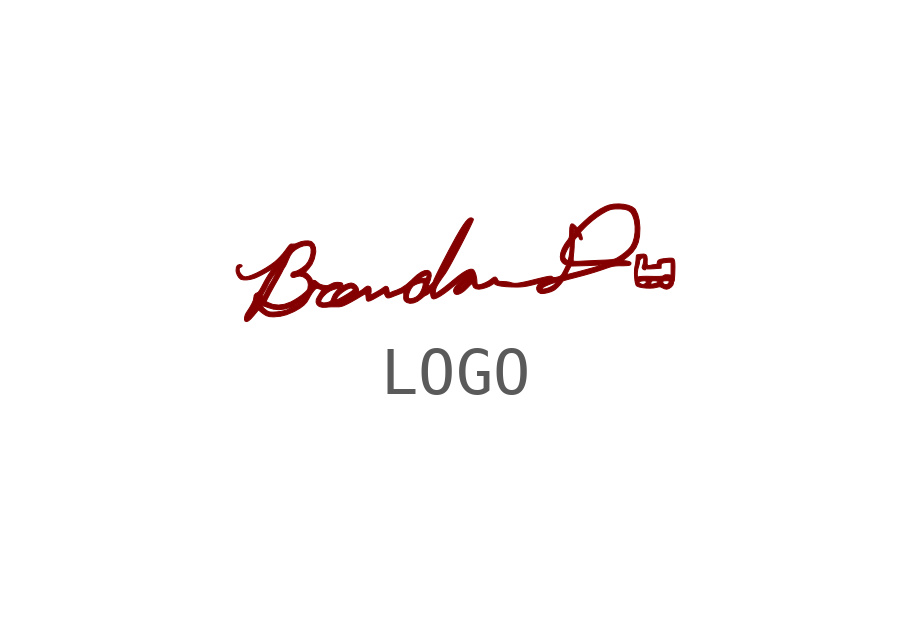
<source format=kicad_sym>
(kicad_symbol_lib
  (version 20220914)
  (generator bitmap2component)
  (symbol "LOGO"
    (pin_names
      (offset 1.016))
    (property "Reference" "#G"
      (at 0 1.142 0)
      (effects (font (size 1.27 1.27)) hide))
    (symbol "LOGO_0_0"
      (polyline (pts (xy -4.367 -1.22) (xy -4.319 -1.18) (xy -4.258 -1.112) (xy -4.159 -0.992) (xy -4.092 -1.047) (xy -4.061 -1.071) (xy -3.997 -1.111) (xy -3.931 -1.131) (xy -3.852 -1.136) (xy -3.837 -1.136) (xy -3.701 -1.124) (xy -3.571 -1.091) (xy -3.435 -1.034) (xy -3.402 -1.018) (xy -3.295 -0.956) (xy -3.212 -0.894) (xy -3.151 -0.828) (xy -3.106 -0.752) (xy -3.086 -0.714) (xy -3.047 -0.649) (xy -3.009 -0.597) (xy -3.006 -0.593) (xy -2.971 -0.556) (xy -2.946 -0.542) (xy -2.922 -0.545) (xy -2.9 -0.553) (xy -2.86 -0.567) (xy -2.848 -0.573) (xy -2.846 -0.586) (xy -2.859 -0.613) (xy -2.889 -0.658) (xy -2.914 -0.698) (xy -2.941 -0.745) (xy -2.955 -0.778) (xy -2.958 -0.819) (xy -2.862 -0.819) (xy -2.86 -0.797) (xy -2.841 -0.759) (xy -2.808 -0.711) (xy -2.744 -0.648) (xy -2.669 -0.597) (xy -2.594 -0.566) (xy -2.574 -0.561) (xy -2.524 -0.547) (xy -2.491 -0.536) (xy -2.49 -0.535) (xy -2.486 -0.54) (xy -2.502 -0.562) (xy -2.535 -0.597) (xy -2.535 -0.597) (xy -2.595 -0.671) (xy -2.628 -0.744) (xy -2.63 -0.752) (xy -2.637 -0.77) (xy -2.536 -0.77) (xy -2.522 -0.738) (xy -2.502 -0.709) (xy -2.459 -0.664) (xy -2.405 -0.62) (xy -2.347 -0.581) (xy -2.29 -0.551) (xy -2.243 -0.536) (xy -2.212 -0.539) (xy -2.198 -0.549) (xy -2.182 -0.569) (xy -2.182 -0.573) (xy -2.201 -0.591) (xy -2.24 -0.619) (xy -2.293 -0.654) (xy -2.354 -0.691) (xy -2.417 -0.728) (xy -2.476 -0.759) (xy -2.51 -0.775) (xy -2.534 -0.782) (xy -2.536 -0.77) (xy -2.637 -0.77) (xy -2.646 -0.795) (xy -2.668 -0.818) (xy -2.704 -0.832) (xy -2.745 -0.842) (xy -2.805 -0.847) (xy -2.849 -0.833) (xy -2.85 -0.832) (xy -2.862 -0.819) (xy -2.958 -0.819) (xy -2.959 -0.834) (xy -2.938 -0.885) (xy -2.893 -0.921) (xy -2.828 -0.938) (xy -2.745 -0.936) (xy -2.695 -0.93) (xy -2.622 -0.927) (xy -2.55 -0.927) (xy -2.537 -0.927) (xy -2.478 -0.927) (xy -2.431 -0.919) (xy -2.382 -0.903) (xy -2.318 -0.873) (xy -2.305 -0.867) (xy -2.231 -0.828) (xy -2.148 -0.781) (xy -2.073 -0.737) (xy -2.042 -0.718) (xy -1.989 -0.687) (xy -1.951 -0.666) (xy -1.933 -0.657) (xy -1.929 -0.661) (xy -1.922 -0.688) (xy -1.917 -0.732) (xy -1.912 -0.774) (xy -1.899 -0.801) (xy -1.875 -0.811) (xy -1.835 -0.802) (xy -1.777 -0.775) (xy -1.696 -0.73) (xy -1.544 -0.643) (xy -1.522 -0.689) (xy -1.504 -0.72) (xy -1.476 -0.741) (xy -1.437 -0.741) (xy -1.379 -0.722) (xy -1.361 -0.714) (xy -1.294 -0.688) (xy -1.232 -0.664) (xy -1.209 -0.655) (xy -1.168 -0.639) (xy -1.144 -0.63) (xy -1.139 -0.631) (xy -1.133 -0.654) (xy -1.134 -0.702) (xy -1.134 -0.71) (xy -1.038 -0.71) (xy -1.029 -0.66) (xy -1.009 -0.604) (xy -0.98 -0.547) (xy -0.944 -0.499) (xy -0.936 -0.492) (xy -0.898 -0.469) (xy -0.849 -0.448) (xy -0.798 -0.432) (xy -0.756 -0.425) (xy -0.732 -0.43) (xy -0.727 -0.444) (xy -0.731 -0.482) (xy -0.745 -0.534) (xy -0.767 -0.59) (xy -0.795 -0.641) (xy -0.801 -0.649) (xy -0.838 -0.692) (xy -0.876 -0.723) (xy -0.926 -0.746) (xy -0.98 -0.759) (xy -1.02 -0.757) (xy -1.033 -0.745) (xy -1.038 -0.71) (xy -1.134 -0.71) (xy -1.135 -0.75) (xy -1.126 -0.785) (xy -1.105 -0.813) (xy -1.069 -0.838) (xy -1.002 -0.855) (xy -0.926 -0.846) (xy -0.846 -0.813) (xy -0.767 -0.756) (xy -0.73 -0.724) (xy -0.695 -0.698) (xy -0.676 -0.688) (xy -0.676 -0.688) (xy -0.653 -0.679) (xy -0.62 -0.657) (xy -0.58 -0.625) (xy -0.57 -0.688) (xy -0.564 -0.716) (xy -0.548 -0.747) (xy -0.52 -0.762) (xy -0.501 -0.762) (xy -0.45 -0.746) (xy -0.38 -0.709) (xy -0.292 -0.651) (xy -0.189 -0.574) (xy -0.072 -0.478) (xy -0.031 -0.444) (xy 0.024 -0.398) (xy 0.058 -0.37) (xy 0.071 -0.361) (xy 0.065 -0.37) (xy 0.042 -0.395) (xy 0.004 -0.436) (xy -0.025 -0.468) (xy -0.067 -0.518) (xy -0.07 -0.523) (xy 0.065 -0.523) (xy 0.08 -0.505) (xy 0.116 -0.471) (xy 0.168 -0.424) (xy 0.121 -0.476) (xy 0.108 -0.49) (xy 0.082 -0.517) (xy 0.069 -0.528) (xy 0.069 -0.528) (xy 0.065 -0.523) (xy -0.07 -0.523) (xy -0.089 -0.556) (xy -0.096 -0.588) (xy -0.094 -0.613) (xy -0.075 -0.653) (xy -0.04 -0.67) (xy 0.008 -0.665) (xy 0.067 -0.638) (xy 0.134 -0.59) (xy 0.204 -0.522) (xy 0.214 -0.511) (xy 0.257 -0.467) (xy 0.285 -0.448) (xy 0.3 -0.452) (xy 0.304 -0.478) (xy 0.304 -0.484) (xy 0.323 -0.524) (xy 0.365 -0.55) (xy 0.426 -0.56) (xy 0.436 -0.56) (xy 0.505 -0.549) (xy 0.582 -0.527) (xy 0.654 -0.497) (xy 0.708 -0.465) (xy 0.73 -0.448) (xy 0.75 -0.444) (xy 0.774 -0.461) (xy 0.781 -0.466) (xy 0.824 -0.483) (xy 0.894 -0.496) (xy 0.985 -0.507) (xy 1.094 -0.513) (xy 1.216 -0.516) (xy 1.286 -0.514) (xy 1.366 -0.507) (xy 1.452 -0.493) (xy 1.551 -0.47) (xy 1.673 -0.438) (xy 1.692 -0.433) (xy 1.692 -0.44) (xy 1.669 -0.463) (xy 1.66 -0.472) (xy 1.635 -0.521) (xy 1.635 -0.542) (xy 1.747 -0.542) (xy 1.773 -0.519) (xy 1.829 -0.49) (xy 1.9 -0.46) (xy 1.964 -0.436) (xy 2.009 -0.424) (xy 2.031 -0.425) (xy 2.029 -0.438) (xy 2.005 -0.461) (xy 1.967 -0.489) (xy 1.921 -0.515) (xy 1.874 -0.535) (xy 1.827 -0.55) (xy 1.776 -0.559) (xy 1.748 -0.556) (xy 1.747 -0.542) (xy 1.635 -0.542) (xy 1.637 -0.573) (xy 1.663 -0.618) (xy 1.712 -0.648) (xy 1.742 -0.652) (xy 1.8 -0.647) (xy 1.869 -0.632) (xy 1.936 -0.611) (xy 1.992 -0.585) (xy 2.019 -0.567) (xy 2.075 -0.517) (xy 2.134 -0.454) (xy 2.186 -0.387) (xy 2.187 -0.386) (xy 2.208 -0.38) (xy 2.255 -0.366) (xy 2.322 -0.348) (xy 2.405 -0.327) (xy 2.5 -0.302) (xy 2.587 -0.279) (xy 2.706 -0.246) (xy 2.824 -0.211) (xy 2.931 -0.177) (xy 3.017 -0.148) (xy 3.017 -0.148) (xy 3.103 -0.118) (xy 3.167 -0.097) (xy 3.22 -0.084) (xy 3.271 -0.077) (xy 3.327 -0.073) (xy 3.4 -0.072) (xy 3.454 -0.072) (xy 3.516 -0.069) (xy 3.555 -0.065) (xy 3.579 -0.057) (xy 3.591 -0.044) (xy 3.597 -0.033) (xy 3.595 -0.005) (xy 3.562 0.015) (xy 3.499 0.028) (xy 3.426 0.036) (xy 3.529 0.115) (xy 3.538 0.122) (xy 3.633 0.211) (xy 3.703 0.308) (xy 3.75 0.418) (xy 3.776 0.546) (xy 3.783 0.696) (xy 3.783 0.726) (xy 3.769 0.875) (xy 3.738 0.998) (xy 3.69 1.098) (xy 3.675 1.116) (xy 3.619 1.156) (xy 3.541 1.187) (xy 3.448 1.207) (xy 3.346 1.215) (xy 3.242 1.211) (xy 3.143 1.192) (xy 3.063 1.163) (xy 2.958 1.109) (xy 2.845 1.035) (xy 2.729 0.946) (xy 2.616 0.845) (xy 2.479 0.714) (xy 2.439 0.757) (xy 2.438 0.759) (xy 2.395 0.795) (xy 2.362 0.8) (xy 2.339 0.776) (xy 2.325 0.721) (xy 2.322 0.658) (xy 2.401 0.658) (xy 2.406 0.681) (xy 2.418 0.677) (xy 2.428 0.661) (xy 2.419 0.63) (xy 2.409 0.615) (xy 2.403 0.617) (xy 2.401 0.647) (xy 2.401 0.658) (xy 2.322 0.658) (xy 2.321 0.636) (xy 2.321 0.598) (xy 2.318 0.546) (xy 2.31 0.509) (xy 2.294 0.479) (xy 2.267 0.443) (xy 2.219 0.377) (xy 2.168 0.284) (xy 2.136 0.195) (xy 2.129 0.135) (xy 2.218 0.135) (xy 2.233 0.186) (xy 2.266 0.256) (xy 2.275 0.272) (xy 2.304 0.326) (xy 2.322 0.351) (xy 2.33 0.347) (xy 2.331 0.312) (xy 2.327 0.248) (xy 2.326 0.238) (xy 2.318 0.171) (xy 2.308 0.112) (xy 2.298 0.073) (xy 2.29 0.053) (xy 2.394 0.053) (xy 2.396 0.101) (xy 2.401 0.16) (xy 2.408 0.228) (xy 2.414 0.309) (xy 2.416 0.377) (xy 2.416 0.398) (xy 2.421 0.449) (xy 2.432 0.483) (xy 2.454 0.509) (xy 2.468 0.522) (xy 2.494 0.541) (xy 2.509 0.535) (xy 2.519 0.504) (xy 2.536 0.474) (xy 2.561 0.464) (xy 2.584 0.478) (xy 2.585 0.485) (xy 2.582 0.516) (xy 2.569 0.56) (xy 2.545 0.627) (xy 2.637 0.723) (xy 2.691 0.776) (xy 2.788 0.861) (xy 2.893 0.942) (xy 2.996 1.011) (xy 3.089 1.063) (xy 3.111 1.073) (xy 3.162 1.094) (xy 3.208 1.105) (xy 3.263 1.111) (xy 3.337 1.112) (xy 3.385 1.111) (xy 3.476 1.101) (xy 3.543 1.079) (xy 3.593 1.04) (xy 3.63 0.98) (xy 3.66 0.897) (xy 3.669 0.86) (xy 3.684 0.746) (xy 3.683 0.626) (xy 3.666 0.51) (xy 3.634 0.405) (xy 3.589 0.321) (xy 3.588 0.32) (xy 3.539 0.264) (xy 3.471 0.203) (xy 3.392 0.143) (xy 3.313 0.093) (xy 3.297 0.084) (xy 3.269 0.071) (xy 3.239 0.062) (xy 3.199 0.055) (xy 3.144 0.05) (xy 3.07 0.046) (xy 2.969 0.042) (xy 2.918 0.04) (xy 2.812 0.035) (xy 2.709 0.03) (xy 2.619 0.026) (xy 2.551 0.022) (xy 2.519 0.02) (xy 2.459 0.018) (xy 2.416 0.021) (xy 2.397 0.026) (xy 2.396 0.028) (xy 2.394 0.053) (xy 2.29 0.053) (xy 2.279 0.026) (xy 2.244 0.061) (xy 2.239 0.066) (xy 2.22 0.097) (xy 2.218 0.135) (xy 2.129 0.135) (xy 2.126 0.113) (xy 2.137 0.043) (xy 2.171 -0.009) (xy 2.176 -0.013) (xy 2.21 -0.038) (xy 2.235 -0.048) (xy 2.237 -0.048) (xy 2.25 -0.05) (xy 2.254 -0.058) (xy 2.248 -0.077) (xy 2.231 -0.115) (xy 2.201 -0.176) (xy 2.197 -0.182) (xy 2.168 -0.238) (xy 2.155 -0.256) (xy 2.264 -0.256) (xy 2.266 -0.245) (xy 2.28 -0.213) (xy 2.302 -0.168) (xy 2.348 -0.079) (xy 2.626 -0.071) (xy 2.698 -0.069) (xy 2.788 -0.065) (xy 2.864 -0.061) (xy 2.921 -0.058) (xy 2.953 -0.054) (xy 2.97 -0.051) (xy 2.994 -0.048) (xy 2.991 -0.053) (xy 2.962 -0.065) (xy 2.912 -0.083) (xy 2.841 -0.104) (xy 2.77 -0.124) (xy 2.678 -0.149) (xy 2.579 -0.176) (xy 2.484 -0.201) (xy 2.461 -0.207) (xy 2.385 -0.226) (xy 2.324 -0.242) (xy 2.281 -0.252) (xy 2.264 -0.256) (xy 2.155 -0.256) (xy 2.143 -0.272) (xy 2.118 -0.291) (xy 2.085 -0.303) (xy 2.025 -0.317) (xy 1.983 -0.318) (xy 1.961 -0.304) (xy 1.958 -0.301) (xy 1.944 -0.292) (xy 1.92 -0.29) (xy 1.88 -0.294) (xy 1.821 -0.305) (xy 1.739 -0.324) (xy 1.631 -0.35) (xy 1.569 -0.366) (xy 1.449 -0.395) (xy 1.353 -0.416) (xy 1.279 -0.43) (xy 1.22 -0.438) (xy 1.174 -0.439) (xy 1.136 -0.434) (xy 1.101 -0.425) (xy 1.068 -0.415) (xy 1.001 -0.405) (xy 0.934 -0.4) (xy 0.929 -0.4) (xy 0.877 -0.399) (xy 0.846 -0.393) (xy 0.829 -0.379) (xy 0.816 -0.352) (xy 0.807 -0.334) (xy 0.778 -0.308) (xy 0.741 -0.312) (xy 0.693 -0.346) (xy 0.678 -0.359) (xy 0.622 -0.397) (xy 0.555 -0.431) (xy 0.489 -0.457) (xy 0.437 -0.469) (xy 0.432 -0.469) (xy 0.409 -0.469) (xy 0.397 -0.458) (xy 0.391 -0.429) (xy 0.388 -0.376) (xy 0.384 -0.336) (xy 0.37 -0.268) (xy 0.351 -0.212) (xy 0.348 -0.205) (xy 0.326 -0.166) (xy 0.303 -0.148) (xy 0.27 -0.144) (xy 0.236 -0.149) (xy 0.174 -0.173) (xy 0.096 -0.219) (xy 0.001 -0.288) (xy -0.113 -0.38) (xy -0.164 -0.423) (xy -0.237 -0.482) (xy -0.308 -0.538) (xy -0.372 -0.585) (xy -0.424 -0.622) (xy -0.46 -0.644) (xy -0.476 -0.649) (xy -0.477 -0.646) (xy -0.476 -0.62) (xy -0.47 -0.578) (xy -0.467 -0.558) (xy -0.453 -0.518) (xy -0.429 -0.471) (xy -0.392 -0.411) (xy -0.34 -0.334) (xy -0.27 -0.237) (xy -0.267 -0.233) (xy -0.241 -0.192) (xy -0.204 -0.129) (xy -0.159 -0.049) (xy -0.108 0.044) (xy -0.053 0.148) (xy 0.005 0.257) (xy 0.064 0.369) (xy 0.12 0.479) (xy 0.173 0.584) (xy 0.221 0.679) (xy 0.261 0.762) (xy 0.292 0.828) (xy 0.311 0.873) (xy 0.317 0.895) (xy 0.303 0.913) (xy 0.27 0.925) (xy 0.269 0.925) (xy 0.237 0.919) (xy 0.201 0.893) (xy 0.157 0.846) (xy 0.106 0.775) (xy 0.044 0.678) (xy -0.028 0.555) (xy -0.047 0.522) (xy -0.093 0.437) (xy -0.145 0.341) (xy -0.201 0.237) (xy -0.257 0.129) (xy -0.313 0.022) (xy -0.365 -0.08) (xy -0.413 -0.175) (xy -0.453 -0.257) (xy -0.484 -0.322) (xy -0.505 -0.368) (xy -0.512 -0.389) (xy -0.515 -0.399) (xy -0.535 -0.428) (xy -0.568 -0.464) (xy -0.59 -0.485) (xy -0.614 -0.501) (xy -0.622 -0.493) (xy -0.614 -0.46) (xy -0.592 -0.4) (xy -0.579 -0.362) (xy -0.561 -0.282) (xy -0.568 -0.222) (xy -0.599 -0.184) (xy -0.639 -0.169) (xy -0.702 -0.175) (xy -0.776 -0.208) (xy -0.861 -0.268) (xy -0.926 -0.327) (xy -0.776 -0.327) (xy -0.757 -0.312) (xy -0.726 -0.293) (xy -0.68 -0.272) (xy -0.659 -0.265) (xy -0.644 -0.265) (xy -0.646 -0.281) (xy -0.651 -0.295) (xy -0.656 -0.321) (xy -0.658 -0.325) (xy -0.682 -0.333) (xy -0.724 -0.336) (xy -0.745 -0.336) (xy -0.774 -0.334) (xy -0.776 -0.327) (xy -0.926 -0.327) (xy -0.953 -0.352) (xy -0.963 -0.363) (xy -1.079 -0.466) (xy -1.189 -0.539) (xy -1.296 -0.586) (xy -1.334 -0.598) (xy -1.377 -0.615) (xy -1.4 -0.626) (xy -1.416 -0.638) (xy -1.434 -0.633) (xy -1.44 -0.599) (xy -1.441 -0.588) (xy -1.453 -0.534) (xy -1.48 -0.504) (xy -1.516 -0.501) (xy -1.559 -0.527) (xy -1.564 -0.531) (xy -1.598 -0.556) (xy -1.649 -0.588) (xy -1.708 -0.622) (xy -1.823 -0.685) (xy -1.814 -0.615) (xy -1.813 -0.605) (xy -1.815 -0.544) (xy -1.837 -0.508) (xy -1.88 -0.496) (xy -1.909 -0.504) (xy -1.944 -0.528) (xy -1.945 -0.529) (xy -1.98 -0.559) (xy -2.023 -0.589) (xy -2.073 -0.618) (xy -2.076 -0.569) (xy -2.087 -0.53) (xy -2.122 -0.482) (xy -2.172 -0.446) (xy -2.226 -0.432) (xy -2.235 -0.433) (xy -2.285 -0.443) (xy -2.337 -0.462) (xy -2.363 -0.475) (xy -2.389 -0.484) (xy -2.4 -0.479) (xy -2.404 -0.458) (xy -2.405 -0.45) (xy -2.417 -0.433) (xy -2.443 -0.424) (xy -2.494 -0.419) (xy -2.535 -0.419) (xy -2.592 -0.428) (xy -2.651 -0.455) (xy -2.673 -0.467) (xy -2.714 -0.484) (xy -2.753 -0.487) (xy -2.806 -0.479) (xy -2.814 -0.478) (xy -2.883 -0.455) (xy -2.934 -0.415) (xy -2.939 -0.41) (xy -2.978 -0.38) (xy -3.01 -0.377) (xy -3.031 -0.379) (xy -3.041 -0.362) (xy -3.047 -0.346) (xy -3.07 -0.311) (xy -3.104 -0.273) (xy -3.14 -0.239) (xy -3.169 -0.22) (xy -3.172 -0.219) (xy -3.176 -0.206) (xy -3.159 -0.181) (xy -3.12 -0.14) (xy -3.113 -0.133) (xy -3.045 -0.042) (xy -2.996 0.071) (xy -2.968 0.201) (xy -2.966 0.221) (xy -2.972 0.305) (xy -3 0.375) (xy -3.048 0.425) (xy -3.065 0.434) (xy -3.123 0.445) (xy -3.195 0.443) (xy -3.272 0.429) (xy -3.341 0.402) (xy -3.395 0.381) (xy -3.453 0.378) (xy -3.473 0.38) (xy -3.493 0.375) (xy -3.515 0.356) (xy -3.544 0.321) (xy -3.586 0.263) (xy -3.596 0.249) (xy -3.652 0.178) (xy -3.715 0.107) (xy -3.772 0.05) (xy -3.82 0.008) (xy -3.907 -0.056) (xy -4.004 -0.119) (xy -4.105 -0.177) (xy -4.204 -0.228) (xy -4.296 -0.268) (xy -4.375 -0.295) (xy -4.434 -0.304) (xy -4.436 -0.304) (xy -4.478 -0.289) (xy -4.518 -0.253) (xy -4.549 -0.207) (xy -4.561 -0.16) (xy -4.561 -0.155) (xy -4.554 -0.117) (xy -4.529 -0.101) (xy -4.51 -0.093) (xy -4.497 -0.074) (xy -4.51 -0.056) (xy -4.545 -0.048) (xy -4.554 -0.048) (xy -4.595 -0.064) (xy -4.618 -0.103) (xy -4.625 -0.169) (xy -4.622 -0.202) (xy -4.601 -0.263) (xy -4.568 -0.317) (xy -4.529 -0.352) (xy -4.525 -0.354) (xy -4.474 -0.366) (xy -4.405 -0.367) (xy -4.328 -0.357) (xy -4.253 -0.337) (xy -4.223 -0.326) (xy -4.159 -0.297) (xy -4.084 -0.259) (xy -4.011 -0.219) (xy -3.859 -0.132) (xy -3.92 -0.214) (xy -3.944 -0.248) (xy -3.983 -0.312) (xy -4.027 -0.387) (xy -4.068 -0.464) (xy -4.096 -0.518) (xy -4.134 -0.584) (xy -4.163 -0.623) (xy -4.185 -0.637) (xy -4.216 -0.649) (xy -4.247 -0.688) (xy -4.249 -0.703) (xy -4.08 -0.703) (xy -4.066 -0.668) (xy -4.035 -0.611) (xy -4.019 -0.584) (xy -3.984 -0.517) (xy -3.955 -0.457) (xy -3.941 -0.428) (xy -3.913 -0.38) (xy -3.879 -0.324) (xy -3.842 -0.27) (xy -3.809 -0.222) (xy -3.783 -0.189) (xy -3.768 -0.176) (xy -3.769 -0.182) (xy -3.781 -0.209) (xy -3.804 -0.254) (xy -3.835 -0.31) (xy -3.87 -0.372) (xy -3.906 -0.432) (xy -3.934 -0.48) (xy -3.97 -0.546) (xy -4.003 -0.612) (xy -4.008 -0.622) (xy -4.034 -0.672) (xy -4.056 -0.707) (xy -4.069 -0.72) (xy -4.076 -0.719) (xy -4.08 -0.703) (xy -4.249 -0.703) (xy -4.257 -0.749) (xy -4.266 -0.795) (xy -4.275 -0.816) (xy -4.145 -0.816) (xy -4.144 -0.808) (xy -4.135 -0.806) (xy -4.133 -0.808) (xy -4.133 -0.815) (xy -4.001 -0.815) (xy -3.937 -0.692) (xy -3.914 -0.646) (xy -3.871 -0.568) (xy -3.823 -0.481) (xy -3.777 -0.4) (xy -3.74 -0.336) (xy -3.703 -0.268) (xy -3.673 -0.212) (xy -3.655 -0.176) (xy -3.652 -0.17) (xy -3.629 -0.127) (xy -3.609 -0.096) (xy -3.605 -0.091) (xy -3.587 -0.059) (xy -3.563 -0.008) (xy -3.537 0.053) (xy -3.496 0.142) (xy -3.447 0.211) (xy -3.384 0.265) (xy -3.3 0.313) (xy -3.296 0.315) (xy -3.218 0.343) (xy -3.148 0.349) (xy -3.133 0.348) (xy -3.097 0.341) (xy -3.078 0.323) (xy -3.066 0.285) (xy -3.062 0.26) (xy -3.065 0.183) (xy -3.086 0.098) (xy -3.121 0.018) (xy -3.167 -0.047) (xy -3.191 -0.07) (xy -3.247 -0.115) (xy -3.307 -0.154) (xy -3.362 -0.182) (xy -3.402 -0.193) (xy -3.446 -0.204) (xy -3.478 -0.235) (xy -3.486 -0.275) (xy -3.484 -0.285) (xy -3.461 -0.312) (xy -3.42 -0.317) (xy -3.366 -0.3) (xy -3.36 -0.297) (xy -3.297 -0.286) (xy -3.23 -0.302) (xy -3.168 -0.345) (xy -3.133 -0.397) (xy -3.119 -0.47) (xy -3.126 -0.52) (xy -2.449 -0.52) (xy -2.441 -0.512) (xy -2.433 -0.52) (xy -2.441 -0.528) (xy -2.449 -0.52) (xy -3.126 -0.52) (xy -3.131 -0.557) (xy -3.134 -0.563) (xy -3.159 -0.598) (xy -3.206 -0.641) (xy -3.267 -0.691) (xy -3.338 -0.741) (xy -3.412 -0.787) (xy -3.483 -0.826) (xy -3.49 -0.829) (xy -3.496 -0.831) (xy -3.277 -0.831) (xy -3.273 -0.816) (xy -3.27 -0.811) (xy -3.255 -0.8) (xy -3.253 -0.801) (xy -3.257 -0.816) (xy -3.26 -0.821) (xy -3.275 -0.832) (xy -3.277 -0.831) (xy -3.496 -0.831) (xy -3.618 -0.875) (xy -3.741 -0.891) (xy -3.858 -0.878) (xy -3.965 -0.836) (xy -4.001 -0.815) (xy -4.133 -0.815) (xy -4.135 -0.827) (xy -4.139 -0.829) (xy -4.145 -0.816) (xy -4.275 -0.816) (xy -4.295 -0.861) (xy -4.319 -0.905) (xy -4.079 -0.905) (xy -4.079 -0.905) (xy -4.065 -0.906) (xy -3.409 -0.906) (xy -3.407 -0.904) (xy -3.388 -0.888) (xy -3.352 -0.866) (xy -3.337 -0.857) (xy -3.311 -0.846) (xy -3.305 -0.848) (xy -3.313 -0.857) (xy -3.339 -0.875) (xy -3.371 -0.893) (xy -3.398 -0.906) (xy -3.409 -0.906) (xy -4.065 -0.906) (xy -4.061 -0.907) (xy -4.022 -0.919) (xy -4.018 -0.92) (xy -3.441 -0.92) (xy -3.433 -0.912) (xy -3.425 -0.92) (xy -3.433 -0.928) (xy -3.441 -0.92) (xy -4.018 -0.92) (xy -3.971 -0.938) (xy -3.964 -0.941) (xy -3.847 -0.976) (xy -3.732 -0.987) (xy -3.613 -0.974) (xy -3.481 -0.935) (xy -3.461 -0.929) (xy -3.452 -0.929) (xy -3.463 -0.939) (xy -3.489 -0.955) (xy -3.526 -0.974) (xy -3.569 -0.993) (xy -3.598 -1.002) (xy -3.689 -1.023) (xy -3.793 -1.035) (xy -3.8 -1.035) (xy -3.869 -1.038) (xy -3.915 -1.035) (xy -3.948 -1.027) (xy -3.977 -1.012) (xy -4.018 -0.982) (xy -4.053 -0.949) (xy -4.075 -0.921) (xy -4.079 -0.905) (xy -4.319 -0.905) (xy -4.343 -0.947) (xy -4.413 -1.055) (xy -4.433 -1.093) (xy -4.447 -1.145) (xy -4.449 -1.192) (xy -4.439 -1.222) (xy -4.434 -1.226) (xy -4.405 -1.235) (xy -4.367 -1.22)) (stroke (width 0.01) (type default)) (fill (type outline)))
      (polyline (pts (xy 4.388 -0.547) (xy 4.433 -0.517) (xy 4.468 -0.478) (xy 4.481 -0.44) (xy 4.484 -0.414) (xy 4.495 -0.394) (xy 4.496 -0.392) (xy 4.501 -0.367) (xy 4.505 -0.318) (xy 4.509 -0.251) (xy 4.511 -0.171) (xy 4.513 -0.096) (xy 4.511 -0.02) (xy 4.505 0.032) (xy 4.492 0.064) (xy 4.47 0.081) (xy 4.438 0.086) (xy 4.391 0.085) (xy 4.356 0.082) (xy 4.269 0.073) (xy 4.209 0.061) (xy 4.171 0.045) (xy 4.151 0.021) (xy 4.145 -0.01) (xy 4.145 -0.021) (xy 4.134 -0.043) (xy 4.101 -0.048) (xy 4.06 -0.051) (xy 4.009 -0.062) (xy 4 -0.064) (xy 3.962 -0.07) (xy 3.941 -0.06) (xy 3.933 -0.029) (xy 3.935 0.029) (xy 3.936 0.064) (xy 3.929 0.123) (xy 3.908 0.157) (xy 3.867 0.171) (xy 3.803 0.167) (xy 3.773 0.163) (xy 3.733 0.156) (xy 3.714 0.15) (xy 3.712 0.142) (xy 3.707 0.109) (xy 3.704 0.062) (xy 3.702 0.039) (xy 3.694 -0.029) (xy 3.681 -0.088) (xy 3.679 -0.096) (xy 3.672 -0.152) (xy 3.67 -0.225) (xy 3.671 -0.251) (xy 3.728 -0.251) (xy 3.731 -0.201) (xy 3.739 -0.147) (xy 3.753 -0.096) (xy 3.758 -0.081) (xy 3.772 -0.027) (xy 3.777 0.017) (xy 3.783 0.046) (xy 3.811 0.082) (xy 3.855 0.096) (xy 3.862 0.086) (xy 3.864 0.053) (xy 3.86 0.009) (xy 3.851 -0.037) (xy 3.838 -0.075) (xy 3.829 -0.106) (xy 3.841 -0.136) (xy 3.843 -0.138) (xy 3.87 -0.156) (xy 3.894 -0.158) (xy 3.905 -0.143) (xy 3.906 -0.138) (xy 3.92 -0.135) (xy 3.926 -0.137) (xy 3.96 -0.138) (xy 4.014 -0.137) (xy 4.08 -0.134) (xy 4.225 -0.123) (xy 4.225 -0.072) (xy 4.225 -0.069) (xy 4.229 -0.036) (xy 4.246 -0.02) (xy 4.285 -0.01) (xy 4.289 -0.01) (xy 4.343 -0.003) (xy 4.389 -0.000200) (xy 4.433 0) (xy 4.433 -0.134) (xy 4.433 -0.268) (xy 4.365 -0.26) (xy 4.357 -0.26) (xy 4.306 -0.261) (xy 4.277 -0.276) (xy 4.274 -0.279) (xy 4.258 -0.287) (xy 4.229 -0.292) (xy 4.182 -0.295) (xy 4.112 -0.295) (xy 4.015 -0.294) (xy 3.923 -0.292) (xy 3.835 -0.294) (xy 3.777 -0.298) (xy 3.751 -0.306) (xy 3.741 -0.308) (xy 3.732 -0.289) (xy 3.728 -0.251) (xy 3.671 -0.251) (xy 3.673 -0.304) (xy 3.68 -0.379) (xy 3.687 -0.418) (xy 3.761 -0.418) (xy 3.762 -0.415) (xy 3.782 -0.4) (xy 3.824 -0.389) (xy 3.877 -0.384) (xy 3.891 -0.385) (xy 3.918 -0.399) (xy 3.918 -0.423) (xy 3.89 -0.448) (xy 3.877 -0.454) (xy 4.012 -0.454) (xy 4.013 -0.424) (xy 4.014 -0.419) (xy 4.024 -0.396) (xy 4.047 -0.386) (xy 4.091 -0.384) (xy 4.105 -0.385) (xy 4.147 -0.393) (xy 4.163 -0.408) (xy 4.159 -0.414) (xy 4.257 -0.414) (xy 4.259 -0.402) (xy 4.274 -0.388) (xy 4.313 -0.384) (xy 4.319 -0.384) (xy 4.359 -0.384) (xy 4.381 -0.384) (xy 4.387 -0.388) (xy 4.393 -0.41) (xy 4.387 -0.43) (xy 4.361 -0.457) (xy 4.343 -0.465) (xy 4.303 -0.464) (xy 4.271 -0.445) (xy 4.257 -0.414) (xy 4.159 -0.414) (xy 4.151 -0.425) (xy 4.109 -0.44) (xy 4.065 -0.45) (xy 4.031 -0.458) (xy 4.026 -0.459) (xy 4.012 -0.454) (xy 3.877 -0.454) (xy 3.87 -0.457) (xy 3.846 -0.463) (xy 3.838 -0.462) (xy 3.805 -0.451) (xy 3.774 -0.434) (xy 3.761 -0.418) (xy 3.687 -0.418) (xy 3.692 -0.442) (xy 3.706 -0.481) (xy 3.724 -0.497) (xy 3.772 -0.516) (xy 3.838 -0.529) (xy 3.914 -0.537) (xy 3.994 -0.539) (xy 4.07 -0.535) (xy 4.133 -0.522) (xy 4.138 -0.521) (xy 4.183 -0.51) (xy 4.215 -0.513) (xy 4.249 -0.531) (xy 4.25 -0.531) (xy 4.296 -0.552) (xy 4.34 -0.56) (xy 4.343 -0.56) (xy 4.388 -0.547)) (stroke (width 0.01) (type default)) (fill (type outline))))))
</source>
